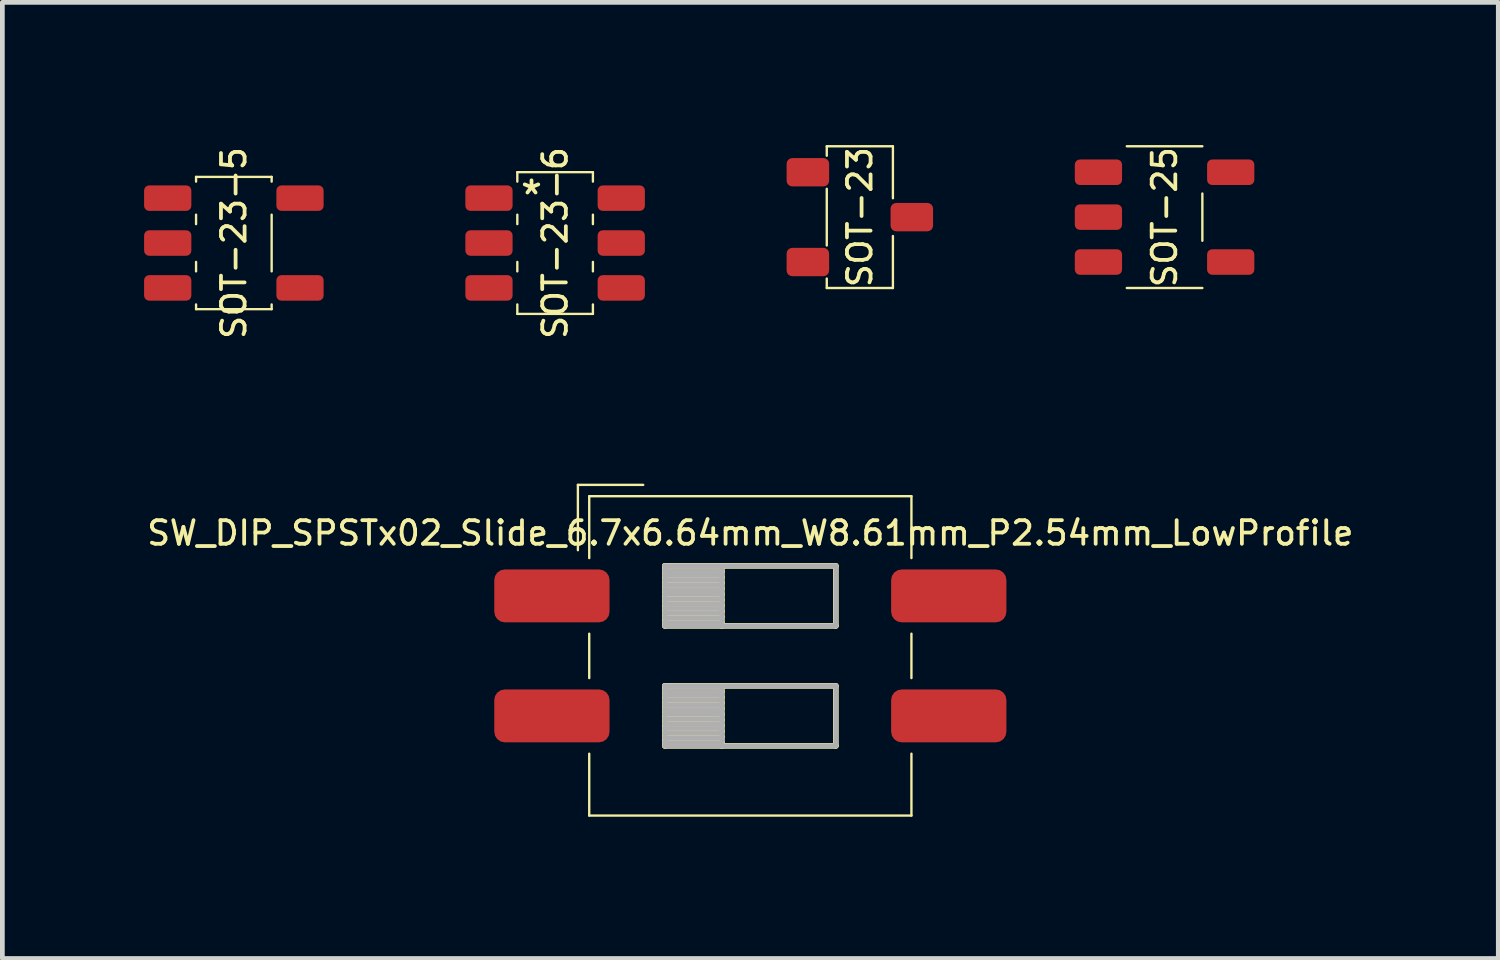
<source format=kicad_pcb>
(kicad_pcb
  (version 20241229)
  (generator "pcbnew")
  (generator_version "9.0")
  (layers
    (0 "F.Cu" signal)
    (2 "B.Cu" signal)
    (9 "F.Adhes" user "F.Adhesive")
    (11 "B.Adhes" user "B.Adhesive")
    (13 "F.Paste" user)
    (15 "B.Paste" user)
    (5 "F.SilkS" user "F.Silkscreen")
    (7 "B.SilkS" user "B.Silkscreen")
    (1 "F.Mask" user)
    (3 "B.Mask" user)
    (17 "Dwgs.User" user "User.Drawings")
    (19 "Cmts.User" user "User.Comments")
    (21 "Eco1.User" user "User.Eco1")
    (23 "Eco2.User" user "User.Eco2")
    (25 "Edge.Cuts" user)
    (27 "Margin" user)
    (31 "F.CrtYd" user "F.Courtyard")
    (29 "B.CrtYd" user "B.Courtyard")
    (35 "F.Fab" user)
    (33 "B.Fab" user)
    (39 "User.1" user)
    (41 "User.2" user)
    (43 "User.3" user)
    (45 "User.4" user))
  (footprint "SOT-25"
    (layer "F.Cu")
    (at 21.6 1.546)
    (property "Reference" "SOT-25" (at 0 0 90) (layer "F.SilkS") (effects (font (size 0.5 0.5) (thickness 0.08))))
    (attr smd)
    (fp_line (start -0.8 1.5) (end 0.8 1.5) (stroke (width 0.05) (type solid)) (layer "F.SilkS"))
    (fp_line (start 0.8 -1.5) (end -0.8 -1.5) (stroke (width 0.05) (type solid)) (layer "F.SilkS"))
    (fp_line (start 0.8 0.5) (end 0.8 -0.5) (stroke (width 0.05) (type solid)) (layer "F.SilkS"))
    (pad "1" smd roundrect (at -1.4 -0.95) (size 1 0.54) (layers "F.Cu" "F.Mask" "F.Paste") (roundrect_rratio 0.2))
    (pad "2" smd roundrect (at -1.4 0) (size 1 0.54) (layers "F.Cu" "F.Mask" "F.Paste") (roundrect_rratio 0.2))
    (pad "3" smd roundrect (at -1.4 0.95) (size 1 0.54) (layers "F.Cu" "F.Mask" "F.Paste") (roundrect_rratio 0.2))
    (pad "4" smd roundrect (at 1.4 0.95) (size 1 0.54) (layers "F.Cu" "F.Mask" "F.Paste") (roundrect_rratio 0.2))
    (pad "5" smd roundrect (at 1.4 -0.95) (size 1 0.54) (layers "F.Cu" "F.Mask" "F.Paste") (roundrect_rratio 0.2)))
  (footprint "SW_DIP_SPSTx02_Slide_6.7x6.64mm_W8.61mm_P2.54mm_LowProfile"
    (layer "F.Cu")
    (at 12.832 10.833)
    (property "Reference" "SW_DIP_SPSTx02_Slide_6.7x6.64mm_W8.61mm_P2.54mm_LowProfile" (at 0 -2.6 0) (layer "F.SilkS") (effects (font (size 0.5 0.5) (thickness 0.08))))
    (attr smd)
    (fp_line (start -3.65 -3.62) (end -3.65 -2.237) (stroke (width 0.05) (type solid)) (layer "F.SilkS"))
    (fp_line (start -3.65 -3.62) (end -2.267 -3.62) (stroke (width 0.05) (type solid)) (layer "F.SilkS"))
    (fp_line (start -3.41 -3.38) (end -3.41 -2.07) (stroke (width 0.05) (type solid)) (layer "F.SilkS"))
    (fp_line (start -3.41 -3.38) (end 3.41 -3.38) (stroke (width 0.05) (type solid)) (layer "F.SilkS"))
    (fp_line (start -3.41 -0.47) (end -3.41 0.47) (stroke (width 0.05) (type solid)) (layer "F.SilkS"))
    (fp_line (start -3.41 2.07) (end -3.41 3.38) (stroke (width 0.05) (type solid)) (layer "F.SilkS"))
    (fp_line (start -3.41 3.38) (end 3.41 3.38) (stroke (width 0.05) (type solid)) (layer "F.SilkS"))
    (fp_line (start -1.81 -1.905) (end -1.81 -0.635) (stroke (width 0.12) (type solid)) (layer "F.SilkS"))
    (fp_line (start -1.81 -1.785) (end -0.603 -1.785) (stroke (width 0.12) (type solid)) (layer "F.SilkS"))
    (fp_line (start -1.81 -1.665) (end -0.603 -1.665) (stroke (width 0.12) (type solid)) (layer "F.SilkS"))
    (fp_line (start -1.81 -1.545) (end -0.603 -1.545) (stroke (width 0.12) (type solid)) (layer "F.SilkS"))
    (fp_line (start -1.81 -1.425) (end -0.603 -1.425) (stroke (width 0.12) (type solid)) (layer "F.SilkS"))
    (fp_line (start -1.81 -1.305) (end -0.603 -1.305) (stroke (width 0.12) (type solid)) (layer "F.SilkS"))
    (fp_line (start -1.81 -1.185) (end -0.603 -1.185) (stroke (width 0.12) (type solid)) (layer "F.SilkS"))
    (fp_line (start -1.81 -1.065) (end -0.603 -1.065) (stroke (width 0.12) (type solid)) (layer "F.SilkS"))
    (fp_line (start -1.81 -0.945) (end -0.603 -0.945) (stroke (width 0.12) (type solid)) (layer "F.SilkS"))
    (fp_line (start -1.81 -0.825) (end -0.603 -0.825) (stroke (width 0.12) (type solid)) (layer "F.SilkS"))
    (fp_line (start -1.81 -0.705) (end -0.603 -0.705) (stroke (width 0.12) (type solid)) (layer "F.SilkS"))
    (fp_line (start -1.81 -0.635) (end 1.81 -0.635) (stroke (width 0.12) (type solid)) (layer "F.SilkS"))
    (fp_line (start -1.81 0.635) (end -1.81 1.905) (stroke (width 0.12) (type solid)) (layer "F.SilkS"))
    (fp_line (start -1.81 0.755) (end -0.603 0.755) (stroke (width 0.12) (type solid)) (layer "F.SilkS"))
    (fp_line (start -1.81 0.875) (end -0.603 0.875) (stroke (width 0.12) (type solid)) (layer "F.SilkS"))
    (fp_line (start -1.81 0.995) (end -0.603 0.995) (stroke (width 0.12) (type solid)) (layer "F.SilkS"))
    (fp_line (start -1.81 1.115) (end -0.603 1.115) (stroke (width 0.12) (type solid)) (layer "F.SilkS"))
    (fp_line (start -1.81 1.235) (end -0.603 1.235) (stroke (width 0.12) (type solid)) (layer "F.SilkS"))
    (fp_line (start -1.81 1.355) (end -0.603 1.355) (stroke (width 0.12) (type solid)) (layer "F.SilkS"))
    (fp_line (start -1.81 1.475) (end -0.603 1.475) (stroke (width 0.12) (type solid)) (layer "F.SilkS"))
    (fp_line (start -1.81 1.595) (end -0.603 1.595) (stroke (width 0.12) (type solid)) (layer "F.SilkS"))
    (fp_line (start -1.81 1.715) (end -0.603 1.715) (stroke (width 0.12) (type solid)) (layer "F.SilkS"))
    (fp_line (start -1.81 1.835) (end -0.603 1.835) (stroke (width 0.12) (type solid)) (layer "F.SilkS"))
    (fp_line (start -1.81 1.905) (end 1.81 1.905) (stroke (width 0.12) (type solid)) (layer "F.SilkS"))
    (fp_line (start -0.603 -1.905) (end -0.603 -0.635) (stroke (width 0.12) (type solid)) (layer "F.SilkS"))
    (fp_line (start -0.603 0.635) (end -0.603 1.905) (stroke (width 0.12) (type solid)) (layer "F.SilkS"))
    (fp_line (start 1.81 -1.905) (end -1.81 -1.905) (stroke (width 0.12) (type solid)) (layer "F.SilkS"))
    (fp_line (start 1.81 -0.635) (end 1.81 -1.905) (stroke (width 0.12) (type solid)) (layer "F.SilkS"))
    (fp_line (start 1.81 0.635) (end -1.81 0.635) (stroke (width 0.12) (type solid)) (layer "F.SilkS"))
    (fp_line (start 1.81 1.905) (end 1.81 0.635) (stroke (width 0.12) (type solid)) (layer "F.SilkS"))
    (fp_line (start 3.41 -3.38) (end 3.41 -2.07) (stroke (width 0.05) (type solid)) (layer "F.SilkS"))
    (fp_line (start 3.41 -0.47) (end 3.41 0.47) (stroke (width 0.05) (type solid)) (layer "F.SilkS"))
    (fp_line (start 3.41 2.07) (end 3.41 3.38) (stroke (width 0.05) (type solid)) (layer "F.SilkS"))
    (fp_line (start -1.81 -1.905) (end -1.81 -0.635) (stroke (width 0.1) (type solid)) (layer "F.Fab"))
    (fp_line (start -1.81 -1.805) (end -0.603 -1.805) (stroke (width 0.1) (type solid)) (layer "F.Fab"))
    (fp_line (start -1.81 -1.705) (end -0.603 -1.705) (stroke (width 0.1) (type solid)) (layer "F.Fab"))
    (fp_line (start -1.81 -1.605) (end -0.603 -1.605) (stroke (width 0.1) (type solid)) (layer "F.Fab"))
    (fp_line (start -1.81 -1.505) (end -0.603 -1.505) (stroke (width 0.1) (type solid)) (layer "F.Fab"))
    (fp_line (start -1.81 -1.405) (end -0.603 -1.405) (stroke (width 0.1) (type solid)) (layer "F.Fab"))
    (fp_line (start -1.81 -1.305) (end -0.603 -1.305) (stroke (width 0.1) (type solid)) (layer "F.Fab"))
    (fp_line (start -1.81 -1.205) (end -0.603 -1.205) (stroke (width 0.1) (type solid)) (layer "F.Fab"))
    (fp_line (start -1.81 -1.105) (end -0.603 -1.105) (stroke (width 0.1) (type solid)) (layer "F.Fab"))
    (fp_line (start -1.81 -1.005) (end -0.603 -1.005) (stroke (width 0.1) (type solid)) (layer "F.Fab"))
    (fp_line (start -1.81 -0.905) (end -0.603 -0.905) (stroke (width 0.1) (type solid)) (layer "F.Fab"))
    (fp_line (start -1.81 -0.805) (end -0.603 -0.805) (stroke (width 0.1) (type solid)) (layer "F.Fab"))
    (fp_line (start -1.81 -0.705) (end -0.603 -0.705) (stroke (width 0.1) (type solid)) (layer "F.Fab"))
    (fp_line (start -1.81 -0.635) (end 1.81 -0.635) (stroke (width 0.1) (type solid)) (layer "F.Fab"))
    (fp_line (start -1.81 0.635) (end -1.81 1.905) (stroke (width 0.1) (type solid)) (layer "F.Fab"))
    (fp_line (start -1.81 0.735) (end -0.603 0.735) (stroke (width 0.1) (type solid)) (layer "F.Fab"))
    (fp_line (start -1.81 0.835) (end -0.603 0.835) (stroke (width 0.1) (type solid)) (layer "F.Fab"))
    (fp_line (start -1.81 0.935) (end -0.603 0.935) (stroke (width 0.1) (type solid)) (layer "F.Fab"))
    (fp_line (start -1.81 1.035) (end -0.603 1.035) (stroke (width 0.1) (type solid)) (layer "F.Fab"))
    (fp_line (start -1.81 1.135) (end -0.603 1.135) (stroke (width 0.1) (type solid)) (layer "F.Fab"))
    (fp_line (start -1.81 1.235) (end -0.603 1.235) (stroke (width 0.1) (type solid)) (layer "F.Fab"))
    (fp_line (start -1.81 1.335) (end -0.603 1.335) (stroke (width 0.1) (type solid)) (layer "F.Fab"))
    (fp_line (start -1.81 1.435) (end -0.603 1.435) (stroke (width 0.1) (type solid)) (layer "F.Fab"))
    (fp_line (start -1.81 1.535) (end -0.603 1.535) (stroke (width 0.1) (type solid)) (layer "F.Fab"))
    (fp_line (start -1.81 1.635) (end -0.603 1.635) (stroke (width 0.1) (type solid)) (layer "F.Fab"))
    (fp_line (start -1.81 1.735) (end -0.603 1.735) (stroke (width 0.1) (type solid)) (layer "F.Fab"))
    (fp_line (start -1.81 1.835) (end -0.603 1.835) (stroke (width 0.1) (type solid)) (layer "F.Fab"))
    (fp_line (start -1.81 1.905) (end 1.81 1.905) (stroke (width 0.1) (type solid)) (layer "F.Fab"))
    (fp_line (start -0.603 -1.905) (end -0.603 -0.635) (stroke (width 0.1) (type solid)) (layer "F.Fab"))
    (fp_line (start -0.603 0.635) (end -0.603 1.905) (stroke (width 0.1) (type solid)) (layer "F.Fab"))
    (fp_line (start 1.81 -1.905) (end -1.81 -1.905) (stroke (width 0.1) (type solid)) (layer "F.Fab"))
    (fp_line (start 1.81 -0.635) (end 1.81 -1.905) (stroke (width 0.1) (type solid)) (layer "F.Fab"))
    (fp_line (start 1.81 0.635) (end -1.81 0.635) (stroke (width 0.1) (type solid)) (layer "F.Fab"))
    (fp_line (start 1.81 1.905) (end 1.81 0.635) (stroke (width 0.1) (type solid)) (layer "F.Fab"))
    (pad "1" smd roundrect (at -4.2 -1.27) (size 2.44 1.12) (layers "F.Cu" "F.Mask" "F.Paste") (roundrect_rratio 0.2))
    (pad "2" smd roundrect (at -4.2 1.27) (size 2.44 1.12) (layers "F.Cu" "F.Mask" "F.Paste") (roundrect_rratio 0.2))
    (pad "3" smd roundrect (at 4.2 1.27) (size 2.44 1.12) (layers "F.Cu" "F.Mask" "F.Paste") (roundrect_rratio 0.2))
    (pad "4" smd roundrect (at 4.2 -1.27) (size 2.44 1.12) (layers "F.Cu" "F.Mask" "F.Paste") (roundrect_rratio 0.2)))
  (footprint "SOT-23"
    (layer "F.Cu")
    (at 15.15 1.546)
    (property "Reference" "SOT-23" (at 0 0 90) (layer "F.SilkS") (effects (font (size 0.5 0.5) (thickness 0.08))))
    (attr smd)
    (fp_line (start -0.7 -1.5) (end -0.7 -1.3) (stroke (width 0.05) (type solid)) (layer "F.SilkS"))
    (fp_line (start -0.7 -0.6) (end -0.7 0.6) (stroke (width 0.05) (type solid)) (layer "F.SilkS"))
    (fp_line (start -0.7 1.5) (end -0.7 1.3) (stroke (width 0.05) (type solid)) (layer "F.SilkS"))
    (fp_line (start 0.7 -1.5) (end -0.7 -1.5) (stroke (width 0.05) (type solid)) (layer "F.SilkS"))
    (fp_line (start 0.7 -1.5) (end 0.7 -0.4) (stroke (width 0.05) (type solid)) (layer "F.SilkS"))
    (fp_line (start 0.7 1.5) (end -0.7 1.5) (stroke (width 0.05) (type solid)) (layer "F.SilkS"))
    (fp_line (start 0.7 1.5) (end 0.7 0.4) (stroke (width 0.05) (type solid)) (layer "F.SilkS"))
    (pad "1" smd roundrect (at -1.1 -0.95) (size 0.9 0.6) (layers "F.Cu" "F.Mask" "F.Paste") (roundrect_rratio 0.2))
    (pad "2" smd roundrect (at -1.1 0.95) (size 0.9 0.6) (layers "F.Cu" "F.Mask" "F.Paste") (roundrect_rratio 0.2))
    (pad "3" smd roundrect (at 1.1 0) (size 0.9 0.6) (layers "F.Cu" "F.Mask" "F.Paste") (roundrect_rratio 0.2)))
  (footprint "SOT-23-6"
    (layer "F.Cu")
    (at 8.7 2.094)
    (property "Reference" "SOT-23-6" (at 0 0 90) (layer "F.SilkS") (effects (font (size 0.5 0.5) (thickness 0.08))))
    (attr smd)
    (fp_line (start -0.8 -1.5) (end -0.8 -1.3) (stroke (width 0.05) (type solid)) (layer "F.SilkS"))
    (fp_line (start -0.8 -0.6) (end -0.8 -0.4) (stroke (width 0.05) (type solid)) (layer "F.SilkS"))
    (fp_line (start -0.8 0.6) (end -0.8 0.4) (stroke (width 0.05) (type solid)) (layer "F.SilkS"))
    (fp_line (start -0.8 1.5) (end -0.8 1.3) (stroke (width 0.05) (type solid)) (layer "F.SilkS"))
    (fp_line (start -0.8 1.5) (end 0.8 1.5) (stroke (width 0.05) (type solid)) (layer "F.SilkS"))
    (fp_line (start 0.8 -1.5) (end -0.8 -1.5) (stroke (width 0.05) (type solid)) (layer "F.SilkS"))
    (fp_line (start 0.8 -1.5) (end 0.8 -1.3) (stroke (width 0.05) (type solid)) (layer "F.SilkS"))
    (fp_line (start 0.8 -0.6) (end 0.8 -0.4) (stroke (width 0.05) (type solid)) (layer "F.SilkS"))
    (fp_line (start 0.8 0.6) (end 0.8 0.4) (stroke (width 0.05) (type solid)) (layer "F.SilkS"))
    (fp_line (start 0.8 1.5) (end 0.8 1.3) (stroke (width 0.05) (type solid)) (layer "F.SilkS"))
    (fp_text user "*" (at -0.5 -1 0) (layer "F.SilkS") (effects (font (size 0.6 0.6) (thickness 0.08))))
    (pad "1" smd roundrect (at -1.4 -0.95) (size 1 0.54) (layers "F.Cu" "F.Mask" "F.Paste") (roundrect_rratio 0.2))
    (pad "2" smd roundrect (at -1.4 0) (size 1 0.54) (layers "F.Cu" "F.Mask" "F.Paste") (roundrect_rratio 0.2))
    (pad "3" smd roundrect (at -1.4 0.95) (size 1 0.54) (layers "F.Cu" "F.Mask" "F.Paste") (roundrect_rratio 0.2))
    (pad "4" smd roundrect (at 1.4 0.95) (size 1 0.54) (layers "F.Cu" "F.Mask" "F.Paste") (roundrect_rratio 0.2))
    (pad "5" smd roundrect (at 1.4 0) (size 1 0.54) (layers "F.Cu" "F.Mask" "F.Paste") (roundrect_rratio 0.2))
    (pad "6" smd roundrect (at 1.4 -0.95) (size 1 0.54) (layers "F.Cu" "F.Mask" "F.Paste") (roundrect_rratio 0.2)))
  (footprint "SOT-23-5"
    (layer "F.Cu")
    (at 1.9 2.094)
    (property "Reference" "SOT-23-5" (at 0 0 90) (layer "F.SilkS") (effects (font (size 0.5 0.5) (thickness 0.08))))
    (attr smd)
    (fp_line (start -0.8 -1.4) (end -0.8 -1.3) (stroke (width 0.05) (type solid)) (layer "F.SilkS"))
    (fp_line (start -0.8 -0.6) (end -0.8 -0.4) (stroke (width 0.05) (type solid)) (layer "F.SilkS"))
    (fp_line (start -0.8 0.6) (end -0.8 0.4) (stroke (width 0.05) (type solid)) (layer "F.SilkS"))
    (fp_line (start -0.8 1.4) (end -0.8 1.3) (stroke (width 0.05) (type solid)) (layer "F.SilkS"))
    (fp_line (start -0.8 1.4) (end 0.8 1.4) (stroke (width 0.05) (type solid)) (layer "F.SilkS"))
    (fp_line (start 0.8 -1.4) (end -0.8 -1.4) (stroke (width 0.05) (type solid)) (layer "F.SilkS"))
    (fp_line (start 0.8 -1.4) (end 0.8 -1.3) (stroke (width 0.05) (type solid)) (layer "F.SilkS"))
    (fp_line (start 0.8 -0.6) (end 0.8 0.6) (stroke (width 0.05) (type solid)) (layer "F.SilkS"))
    (fp_line (start 0.8 1.4) (end 0.8 1.3) (stroke (width 0.05) (type solid)) (layer "F.SilkS"))
    (pad "1" smd roundrect (at -1.4 -0.95) (size 1 0.54) (layers "F.Cu" "F.Mask" "F.Paste") (roundrect_rratio 0.2))
    (pad "2" smd roundrect (at -1.4 0) (size 1 0.54) (layers "F.Cu" "F.Mask" "F.Paste") (roundrect_rratio 0.2))
    (pad "3" smd roundrect (at -1.4 0.95) (size 1 0.54) (layers "F.Cu" "F.Mask" "F.Paste") (roundrect_rratio 0.2))
    (pad "4" smd roundrect (at 1.4 0.95) (size 1 0.54) (layers "F.Cu" "F.Mask" "F.Paste") (roundrect_rratio 0.2))
    (pad "5" smd roundrect (at 1.4 -0.95) (size 1 0.54) (layers "F.Cu" "F.Mask" "F.Paste") (roundrect_rratio 0.2)))
  (gr_rect
    (start -3 -3)
    (end 28.664 17.238)
    (stroke (width 0.1) (type default))
    (fill no)
    (layer "Edge.Cuts")))
</source>
